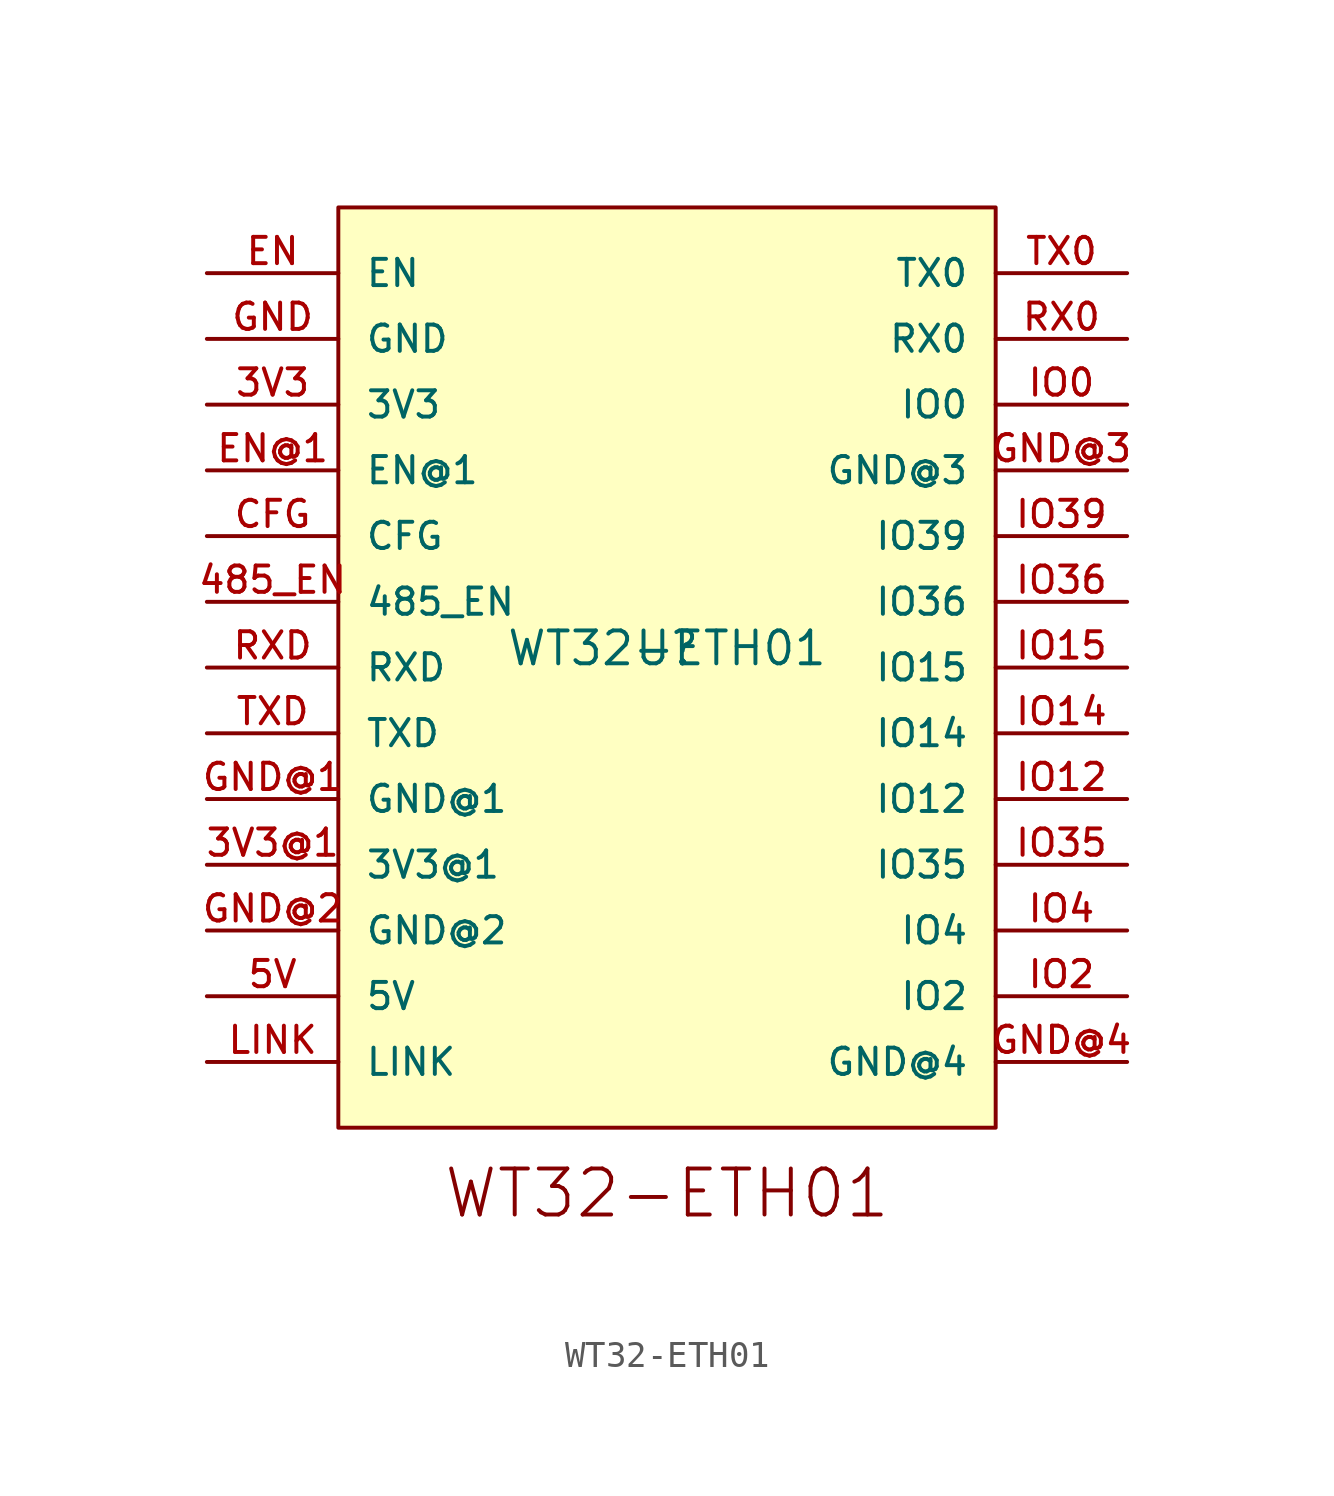
<source format=kicad_sym>
(kicad_symbol_lib
  (version 20220914)
  (generator kicad_symbol_editor)
  (symbol "WT32-ETH01"
    (pin_names
      (offset 1.016))
    (property "Reference" "U"
      (at 0 0 0)
      (effects (font (size 1.27 1.27)) (justify bottom)))
    (property "Value" "WT32-ETH01"
      (at 0 0 0)
      (effects (font (size 1.27 1.27)) (justify bottom)))
    (symbol "WT32-ETH01_0_0"
      (rectangle (start -12.7 -17.78) (end 12.7 17.78) (stroke (width 0.152) (type default)) (fill (type background)))
      (text "WT32-ETH01" (at 0 -20.32 0) (effects (font (size 1.778 1.778))))
      (pin bidirectional line (at -17.78 10.16 0) (length 5.08) (name "3V3" (effects (font (size 1.016 1.016)))) (number "3V3" (effects (font (size 1.016 1.016)))))
      (pin bidirectional line (at -17.78 -7.62 0) (length 5.08) (name "3V3@1" (effects (font (size 1.016 1.016)))) (number "3V3@1" (effects (font (size 1.016 1.016)))))
      (pin bidirectional line (at -17.78 2.54 0) (length 5.08) (name "485_EN" (effects (font (size 1.016 1.016)))) (number "485_EN" (effects (font (size 1.016 1.016)))))
      (pin bidirectional line (at -17.78 -12.7 0) (length 5.08) (name "5V" (effects (font (size 1.016 1.016)))) (number "5V" (effects (font (size 1.016 1.016)))))
      (pin bidirectional line (at -17.78 15.24 0) (length 5.08) (name "EN" (effects (font (size 1.016 1.016)))) (number "EN" (effects (font (size 1.016 1.016)))))
      (pin bidirectional line (at -17.78 7.62 0) (length 5.08) (name "EN@1" (effects (font (size 1.016 1.016)))) (number "EN@1" (effects (font (size 1.016 1.016)))))
      (pin bidirectional line (at -17.78 12.7 0) (length 5.08) (name "GND" (effects (font (size 1.016 1.016)))) (number "GND" (effects (font (size 1.016 1.016)))))
      (pin bidirectional line (at -17.78 -5.08 0) (length 5.08) (name "GND@1" (effects (font (size 1.016 1.016)))) (number "GND@1" (effects (font (size 1.016 1.016)))))
      (pin bidirectional line (at -17.78 -10.16 0) (length 5.08) (name "GND@2" (effects (font (size 1.016 1.016)))) (number "GND@2" (effects (font (size 1.016 1.016)))))
      (pin bidirectional line (at 17.78 7.62 180) (length 5.08) (name "GND@3" (effects (font (size 1.016 1.016)))) (number "GND@3" (effects (font (size 1.016 1.016)))))
      (pin bidirectional line (at 17.78 -15.24 180) (length 5.08) (name "GND@4" (effects (font (size 1.016 1.016)))) (number "GND@4" (effects (font (size 1.016 1.016)))))
      (pin bidirectional line (at 17.78 10.16 180) (length 5.08) (name "IO0" (effects (font (size 1.016 1.016)))) (number "IO0" (effects (font (size 1.016 1.016)))))
      (pin bidirectional line (at 17.78 -5.08 180) (length 5.08) (name "IO12" (effects (font (size 1.016 1.016)))) (number "IO12" (effects (font (size 1.016 1.016)))))
      (pin bidirectional line (at 17.78 -2.54 180) (length 5.08) (name "IO14" (effects (font (size 1.016 1.016)))) (number "IO14" (effects (font (size 1.016 1.016)))))
      (pin bidirectional line (at 17.78 0 180) (length 5.08) (name "IO15" (effects (font (size 1.016 1.016)))) (number "IO15" (effects (font (size 1.016 1.016)))))
      (pin bidirectional line (at 17.78 -12.7 180) (length 5.08) (name "IO2" (effects (font (size 1.016 1.016)))) (number "IO2" (effects (font (size 1.016 1.016)))))
      (pin bidirectional line (at 17.78 -7.62 180) (length 5.08) (name "IO35" (effects (font (size 1.016 1.016)))) (number "IO35" (effects (font (size 1.016 1.016)))))
      (pin bidirectional line (at 17.78 2.54 180) (length 5.08) (name "IO36" (effects (font (size 1.016 1.016)))) (number "IO36" (effects (font (size 1.016 1.016)))))
      (pin bidirectional line (at 17.78 5.08 180) (length 5.08) (name "IO39" (effects (font (size 1.016 1.016)))) (number "IO39" (effects (font (size 1.016 1.016)))))
      (pin bidirectional line (at 17.78 -10.16 180) (length 5.08) (name "IO4" (effects (font (size 1.016 1.016)))) (number "IO4" (effects (font (size 1.016 1.016)))))
      (pin bidirectional line (at -17.78 -15.24 0) (length 5.08) (name "LINK" (effects (font (size 1.016 1.016)))) (number "LINK" (effects (font (size 1.016 1.016)))))
      (pin bidirectional line (at 17.78 12.7 180) (length 5.08) (name "RX0" (effects (font (size 1.016 1.016)))) (number "RX0" (effects (font (size 1.016 1.016)))))
      (pin bidirectional line (at -17.78 0 0) (length 5.08) (name "RXD" (effects (font (size 1.016 1.016)))) (number "RXD" (effects (font (size 1.016 1.016)))))
      (pin bidirectional line (at 17.78 15.24 180) (length 5.08) (name "TX0" (effects (font (size 1.016 1.016)))) (number "TX0" (effects (font (size 1.016 1.016)))))
      (pin bidirectional line (at -17.78 -2.54 0) (length 5.08) (name "TXD" (effects (font (size 1.016 1.016)))) (number "TXD" (effects (font (size 1.016 1.016))))))
    (symbol "WT32-ETH01_1_0"
      (pin bidirectional line (at -17.78 5.08 0) (length 5.08) (name "CFG" (effects (font (size 1.016 1.016)))) (number "CFG" (effects (font (size 1.016 1.016))))))))
</source>
